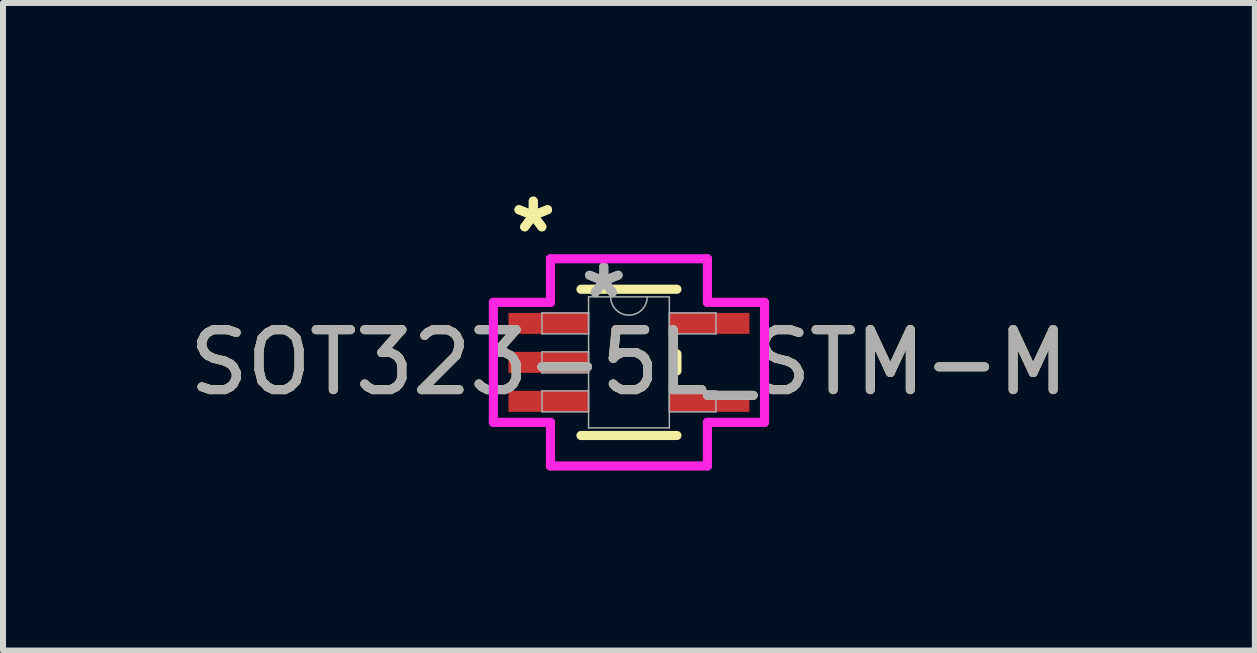
<source format=kicad_pcb>
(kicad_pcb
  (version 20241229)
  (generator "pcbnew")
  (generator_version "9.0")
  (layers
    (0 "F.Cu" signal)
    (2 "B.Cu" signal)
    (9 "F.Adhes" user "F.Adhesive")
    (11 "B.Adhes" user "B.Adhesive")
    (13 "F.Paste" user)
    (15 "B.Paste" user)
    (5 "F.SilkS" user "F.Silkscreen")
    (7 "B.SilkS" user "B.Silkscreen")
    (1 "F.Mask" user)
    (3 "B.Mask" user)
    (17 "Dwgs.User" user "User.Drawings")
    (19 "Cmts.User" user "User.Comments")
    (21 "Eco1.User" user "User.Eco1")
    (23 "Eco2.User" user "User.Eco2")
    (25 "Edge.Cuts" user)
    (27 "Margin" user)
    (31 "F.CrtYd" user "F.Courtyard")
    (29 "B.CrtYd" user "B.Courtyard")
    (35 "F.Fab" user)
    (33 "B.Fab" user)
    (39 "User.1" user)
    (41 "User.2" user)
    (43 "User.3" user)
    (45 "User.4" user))
  (footprint "SOT323-5L_STM-M"
    (layer "F.Cu")
    (at 7.435 2.991)
    (property "Reference" "SOT323-5L_STM-M" (at 0 0 0) (unlocked yes) (layer "F.SilkS") (effects (font (size 1 1) (thickness 0.15))))
    (attr smd)
    (fp_line (start -0.8 1.219) (end 0.8 1.219) (stroke (width 0.152) (type solid)) (layer "F.SilkS"))
    (fp_line (start 0.8 -1.219) (end -0.8 -1.219) (stroke (width 0.152) (type solid)) (layer "F.SilkS"))
    (fp_line (start 0.8 0.142) (end 0.8 -0.142) (stroke (width 0.152) (type solid)) (layer "F.SilkS"))
    (fp_line (start -2.26 -1) (end -1.308 -1) (stroke (width 0.152) (type solid)) (layer "F.CrtYd"))
    (fp_line (start -2.26 1) (end -2.26 -1) (stroke (width 0.152) (type solid)) (layer "F.CrtYd"))
    (fp_line (start -1.308 -1.727) (end 1.308 -1.727) (stroke (width 0.152) (type solid)) (layer "F.CrtYd"))
    (fp_line (start -1.308 -1) (end -1.308 -1.727) (stroke (width 0.152) (type solid)) (layer "F.CrtYd"))
    (fp_line (start -1.308 1) (end -2.26 1) (stroke (width 0.152) (type solid)) (layer "F.CrtYd"))
    (fp_line (start -1.308 1.727) (end -1.308 1) (stroke (width 0.152) (type solid)) (layer "F.CrtYd"))
    (fp_line (start 1.308 -1.727) (end 1.308 -1) (stroke (width 0.152) (type solid)) (layer "F.CrtYd"))
    (fp_line (start 1.308 -1) (end 2.26 -1) (stroke (width 0.152) (type solid)) (layer "F.CrtYd"))
    (fp_line (start 1.308 1) (end 1.308 1.727) (stroke (width 0.152) (type solid)) (layer "F.CrtYd"))
    (fp_line (start 1.308 1.727) (end -1.308 1.727) (stroke (width 0.152) (type solid)) (layer "F.CrtYd"))
    (fp_line (start 2.26 -1) (end 2.26 1) (stroke (width 0.152) (type solid)) (layer "F.CrtYd"))
    (fp_line (start 2.26 1) (end 1.308 1) (stroke (width 0.152) (type solid)) (layer "F.CrtYd"))
    (fp_line (start -1.45 -0.825) (end -1.45 -0.475) (stroke (width 0.025) (type solid)) (layer "F.Fab"))
    (fp_line (start -1.45 -0.475) (end -0.673 -0.475) (stroke (width 0.025) (type solid)) (layer "F.Fab"))
    (fp_line (start -1.45 -0.175) (end -1.45 0.175) (stroke (width 0.025) (type solid)) (layer "F.Fab"))
    (fp_line (start -1.45 0.175) (end -0.673 0.175) (stroke (width 0.025) (type solid)) (layer "F.Fab"))
    (fp_line (start -1.45 0.475) (end -1.45 0.825) (stroke (width 0.025) (type solid)) (layer "F.Fab"))
    (fp_line (start -1.45 0.825) (end -0.673 0.825) (stroke (width 0.025) (type solid)) (layer "F.Fab"))
    (fp_line (start -0.673 -1.092) (end -0.673 1.092) (stroke (width 0.025) (type solid)) (layer "F.Fab"))
    (fp_line (start -0.673 -0.825) (end -1.45 -0.825) (stroke (width 0.025) (type solid)) (layer "F.Fab"))
    (fp_line (start -0.673 -0.475) (end -0.673 -0.825) (stroke (width 0.025) (type solid)) (layer "F.Fab"))
    (fp_line (start -0.673 -0.175) (end -1.45 -0.175) (stroke (width 0.025) (type solid)) (layer "F.Fab"))
    (fp_line (start -0.673 0.175) (end -0.673 -0.175) (stroke (width 0.025) (type solid)) (layer "F.Fab"))
    (fp_line (start -0.673 0.475) (end -1.45 0.475) (stroke (width 0.025) (type solid)) (layer "F.Fab"))
    (fp_line (start -0.673 0.825) (end -0.673 0.475) (stroke (width 0.025) (type solid)) (layer "F.Fab"))
    (fp_line (start -0.673 1.092) (end 0.673 1.092) (stroke (width 0.025) (type solid)) (layer "F.Fab"))
    (fp_line (start 0.673 -1.092) (end -0.673 -1.092) (stroke (width 0.025) (type solid)) (layer "F.Fab"))
    (fp_line (start 0.673 -0.825) (end 0.673 -0.475) (stroke (width 0.025) (type solid)) (layer "F.Fab"))
    (fp_line (start 0.673 -0.475) (end 1.45 -0.475) (stroke (width 0.025) (type solid)) (layer "F.Fab"))
    (fp_line (start 0.673 0.475) (end 0.673 0.825) (stroke (width 0.025) (type solid)) (layer "F.Fab"))
    (fp_line (start 0.673 0.825) (end 1.45 0.825) (stroke (width 0.025) (type solid)) (layer "F.Fab"))
    (fp_line (start 0.673 1.092) (end 0.673 -1.092) (stroke (width 0.025) (type solid)) (layer "F.Fab"))
    (fp_line (start 1.45 -0.825) (end 0.673 -0.825) (stroke (width 0.025) (type solid)) (layer "F.Fab"))
    (fp_line (start 1.45 -0.475) (end 1.45 -0.825) (stroke (width 0.025) (type solid)) (layer "F.Fab"))
    (fp_line (start 1.45 0.475) (end 0.673 0.475) (stroke (width 0.025) (type solid)) (layer "F.Fab"))
    (fp_line (start 1.45 0.825) (end 1.45 0.475) (stroke (width 0.025) (type solid)) (layer "F.Fab"))
    (fp_arc (start 0.3048 -1.0922) (mid 0 -0.7874) (end -0.3048 -1.0922) (stroke (width 0.0254) (type solid)) (layer "F.Fab"))
    (fp_text user "*" (at -1.595 -2.143 0) (unlocked yes) (layer "F.SilkS") (effects (font (size 1 1) (thickness 0.15))))
    (fp_text user "*" (at -1.595 -2.143 0) (layer "F.SilkS") (effects (font (size 1 1) (thickness 0.15))))
    (fp_text user "*" (at -0.419 -1.051 0) (layer "F.Fab") (effects (font (size 1 1) (thickness 0.15))))
    (fp_text user "*" (at -0.419 -1.051 0) (unlocked yes) (layer "F.Fab") (effects (font (size 1 1) (thickness 0.15))))
    (fp_text user "${REFERENCE}" (at 0 0 0) (unlocked yes) (layer "F.Fab") (effects (font (size 1 1) (thickness 0.15))))
    (pad "1" smd rect (at -1.341 -0.65) (size 1.336 0.35) (layers "F.Cu" "F.Mask" "F.Paste"))
    (pad "2" smd rect (at -1.341 0) (size 1.336 0.35) (layers "F.Cu" "F.Mask" "F.Paste"))
    (pad "3" smd rect (at -1.341 0.65) (size 1.336 0.35) (layers "F.Cu" "F.Mask" "F.Paste"))
    (pad "4" smd rect (at 1.341 0.65) (size 1.336 0.35) (layers "F.Cu" "F.Mask" "F.Paste"))
    (pad "5" smd rect (at 1.341 -0.65) (size 1.336 0.35) (layers "F.Cu" "F.Mask" "F.Paste")))
  (gr_rect
    (start -3 -3)
    (end 17.869 7.795)
    (stroke (width 0.1) (type default))
    (fill no)
    (layer "Edge.Cuts")))
</source>
